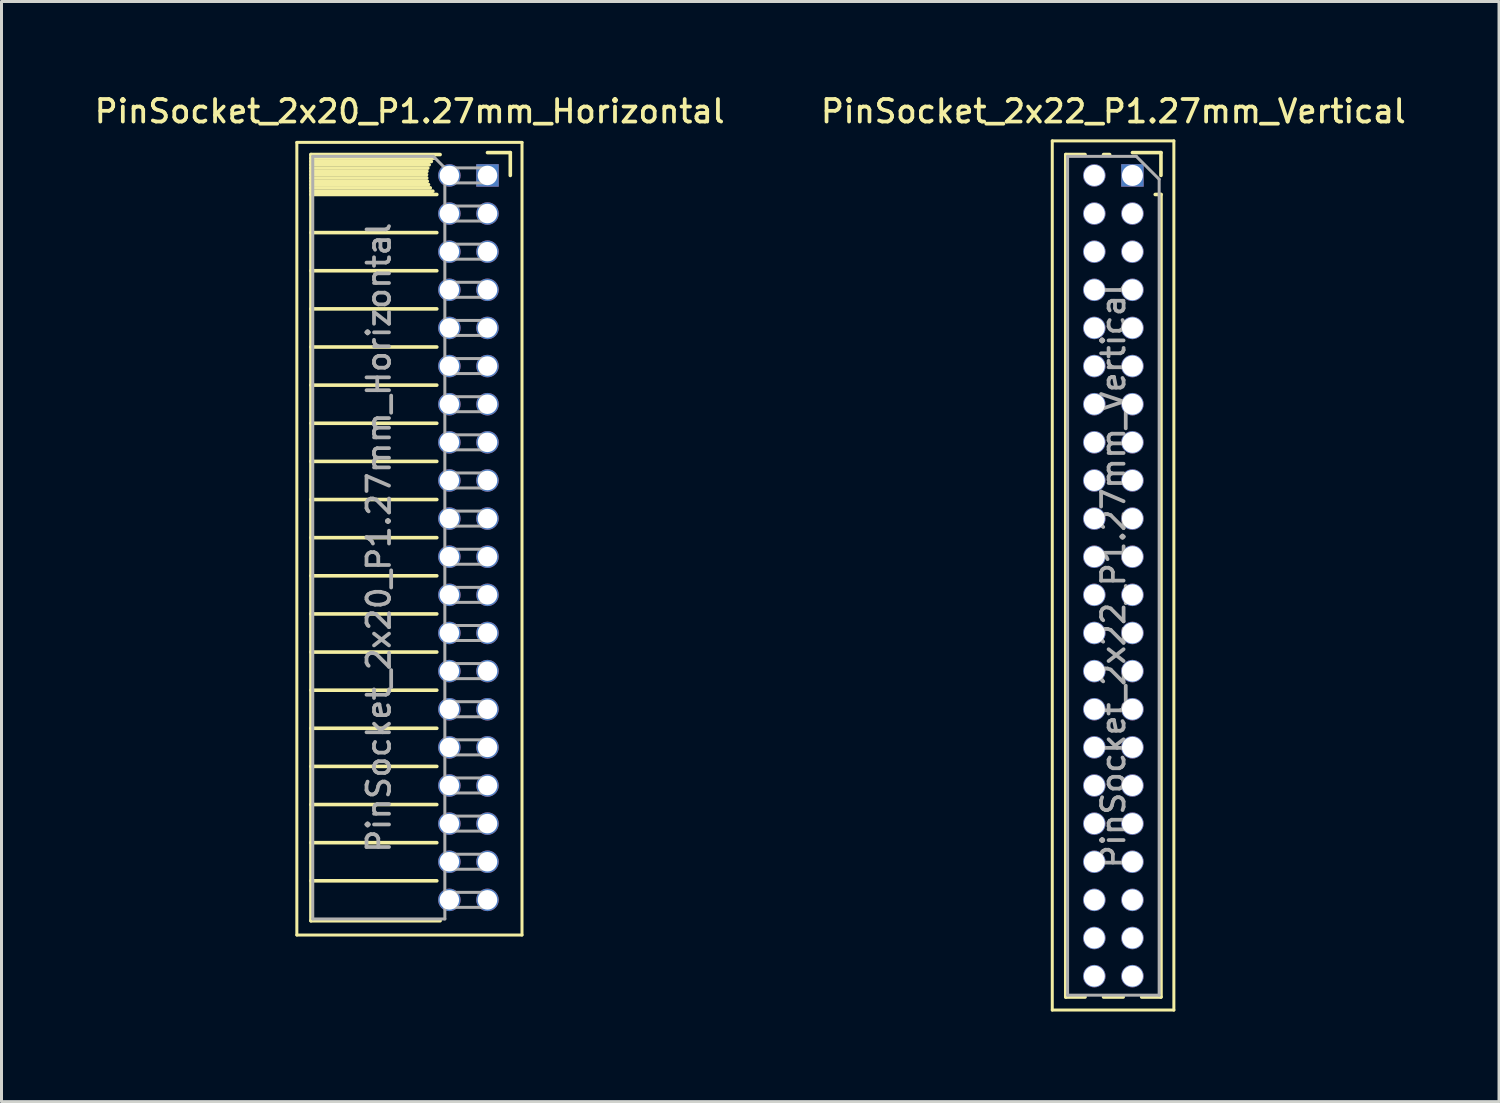
<source format=kicad_pcb>
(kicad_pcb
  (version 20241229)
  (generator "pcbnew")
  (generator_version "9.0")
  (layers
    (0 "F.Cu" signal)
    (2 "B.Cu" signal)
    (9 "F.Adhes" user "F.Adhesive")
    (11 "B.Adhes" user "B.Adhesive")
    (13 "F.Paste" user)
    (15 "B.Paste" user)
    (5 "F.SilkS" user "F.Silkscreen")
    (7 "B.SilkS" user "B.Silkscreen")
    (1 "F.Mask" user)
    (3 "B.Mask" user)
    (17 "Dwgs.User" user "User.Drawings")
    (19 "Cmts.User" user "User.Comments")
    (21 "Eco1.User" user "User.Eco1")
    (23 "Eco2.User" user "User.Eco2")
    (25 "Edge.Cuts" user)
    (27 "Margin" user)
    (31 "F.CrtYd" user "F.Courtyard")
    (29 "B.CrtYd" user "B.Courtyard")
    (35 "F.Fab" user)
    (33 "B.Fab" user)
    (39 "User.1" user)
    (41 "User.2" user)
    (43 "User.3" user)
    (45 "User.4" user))
  (footprint "PinSocket_2x20_P1.27mm_Horizontal"
    (layer "F.Cu")
    (at 13.187 2.793)
    (property "Reference" "PinSocket_2x20_P1.27mm_Horizontal" (at -2.592 -2.135 0) (layer "F.SilkS") (effects (font (size 0.75 0.75) (thickness 0.125))))
    (attr through_hole)
    (fp_line (start -6.35 -1.1) (end -6.35 25.3) (stroke (width 0.1) (type solid)) (layer "F.SilkS"))
    (fp_line (start -6.35 25.3) (end 1.15 25.3) (stroke (width 0.1) (type solid)) (layer "F.SilkS"))
    (fp_line (start -5.88 -0.695) (end -5.88 24.825) (stroke (width 0.12) (type solid)) (layer "F.SilkS"))
    (fp_line (start -5.88 -0.695) (end -1.578 -0.695) (stroke (width 0.12) (type solid)) (layer "F.SilkS"))
    (fp_line (start -5.88 -0.575) (end -1.767 -0.575) (stroke (width 0.12) (type solid)) (layer "F.SilkS"))
    (fp_line (start -5.88 -0.465) (end -1.871 -0.465) (stroke (width 0.12) (type solid)) (layer "F.SilkS"))
    (fp_line (start -5.88 -0.355) (end -1.942 -0.355) (stroke (width 0.12) (type solid)) (layer "F.SilkS"))
    (fp_line (start -5.88 -0.245) (end -1.989 -0.245) (stroke (width 0.12) (type solid)) (layer "F.SilkS"))
    (fp_line (start -5.88 -0.135) (end -2.018 -0.135) (stroke (width 0.12) (type solid)) (layer "F.SilkS"))
    (fp_line (start -5.88 -0.025) (end -2.03 -0.025) (stroke (width 0.12) (type solid)) (layer "F.SilkS"))
    (fp_line (start -5.88 0.085) (end -2.025 0.085) (stroke (width 0.12) (type solid)) (layer "F.SilkS"))
    (fp_line (start -5.88 0.195) (end -2.005 0.195) (stroke (width 0.12) (type solid)) (layer "F.SilkS"))
    (fp_line (start -5.88 0.305) (end -1.966 0.305) (stroke (width 0.12) (type solid)) (layer "F.SilkS"))
    (fp_line (start -5.88 0.415) (end -1.907 0.415) (stroke (width 0.12) (type solid)) (layer "F.SilkS"))
    (fp_line (start -5.88 0.525) (end -1.82 0.525) (stroke (width 0.12) (type solid)) (layer "F.SilkS"))
    (fp_line (start -5.88 0.635) (end -1.688 0.635) (stroke (width 0.12) (type solid)) (layer "F.SilkS"))
    (fp_line (start -5.88 1.905) (end -1.688 1.905) (stroke (width 0.12) (type solid)) (layer "F.SilkS"))
    (fp_line (start -5.88 3.175) (end -1.688 3.175) (stroke (width 0.12) (type solid)) (layer "F.SilkS"))
    (fp_line (start -5.88 4.445) (end -1.688 4.445) (stroke (width 0.12) (type solid)) (layer "F.SilkS"))
    (fp_line (start -5.88 5.715) (end -1.688 5.715) (stroke (width 0.12) (type solid)) (layer "F.SilkS"))
    (fp_line (start -5.88 6.985) (end -1.688 6.985) (stroke (width 0.12) (type solid)) (layer "F.SilkS"))
    (fp_line (start -5.88 8.255) (end -1.688 8.255) (stroke (width 0.12) (type solid)) (layer "F.SilkS"))
    (fp_line (start -5.88 9.525) (end -1.688 9.525) (stroke (width 0.12) (type solid)) (layer "F.SilkS"))
    (fp_line (start -5.88 10.795) (end -1.688 10.795) (stroke (width 0.12) (type solid)) (layer "F.SilkS"))
    (fp_line (start -5.88 12.065) (end -1.688 12.065) (stroke (width 0.12) (type solid)) (layer "F.SilkS"))
    (fp_line (start -5.88 13.335) (end -1.688 13.335) (stroke (width 0.12) (type solid)) (layer "F.SilkS"))
    (fp_line (start -5.88 14.605) (end -1.688 14.605) (stroke (width 0.12) (type solid)) (layer "F.SilkS"))
    (fp_line (start -5.88 15.875) (end -1.688 15.875) (stroke (width 0.12) (type solid)) (layer "F.SilkS"))
    (fp_line (start -5.88 17.145) (end -1.688 17.145) (stroke (width 0.12) (type solid)) (layer "F.SilkS"))
    (fp_line (start -5.88 18.415) (end -1.688 18.415) (stroke (width 0.12) (type solid)) (layer "F.SilkS"))
    (fp_line (start -5.88 19.685) (end -1.688 19.685) (stroke (width 0.12) (type solid)) (layer "F.SilkS"))
    (fp_line (start -5.88 20.955) (end -1.688 20.955) (stroke (width 0.12) (type solid)) (layer "F.SilkS"))
    (fp_line (start -5.88 22.225) (end -1.688 22.225) (stroke (width 0.12) (type solid)) (layer "F.SilkS"))
    (fp_line (start -5.88 23.495) (end -1.688 23.495) (stroke (width 0.12) (type solid)) (layer "F.SilkS"))
    (fp_line (start -5.88 24.825) (end -1.578 24.825) (stroke (width 0.12) (type solid)) (layer "F.SilkS"))
    (fp_line (start 0 -0.76) (end 0.76 -0.76) (stroke (width 0.12) (type solid)) (layer "F.SilkS"))
    (fp_line (start 0.76 -0.76) (end 0.76 0) (stroke (width 0.12) (type solid)) (layer "F.SilkS"))
    (fp_line (start 1.15 -1.1) (end -6.35 -1.1) (stroke (width 0.1) (type solid)) (layer "F.SilkS"))
    (fp_line (start 1.15 25.3) (end 1.15 -1.1) (stroke (width 0.1) (type solid)) (layer "F.SilkS"))
    (fp_line (start -5.82 -0.635) (end -1.805 -0.635) (stroke (width 0.1) (type solid)) (layer "F.Fab"))
    (fp_line (start -5.82 24.765) (end -5.82 -0.635) (stroke (width 0.1) (type solid)) (layer "F.Fab"))
    (fp_line (start -1.805 -0.635) (end -1.42 -0.25) (stroke (width 0.1) (type solid)) (layer "F.Fab"))
    (fp_line (start -1.42 -0.25) (end -1.42 24.765) (stroke (width 0.1) (type solid)) (layer "F.Fab"))
    (fp_line (start -1.42 0.25) (end 0 0.25) (stroke (width 0.1) (type solid)) (layer "F.Fab"))
    (fp_line (start -1.42 1.52) (end 0 1.52) (stroke (width 0.1) (type solid)) (layer "F.Fab"))
    (fp_line (start -1.42 2.79) (end 0 2.79) (stroke (width 0.1) (type solid)) (layer "F.Fab"))
    (fp_line (start -1.42 4.06) (end 0 4.06) (stroke (width 0.1) (type solid)) (layer "F.Fab"))
    (fp_line (start -1.42 5.33) (end 0 5.33) (stroke (width 0.1) (type solid)) (layer "F.Fab"))
    (fp_line (start -1.42 6.6) (end 0 6.6) (stroke (width 0.1) (type solid)) (layer "F.Fab"))
    (fp_line (start -1.42 7.87) (end 0 7.87) (stroke (width 0.1) (type solid)) (layer "F.Fab"))
    (fp_line (start -1.42 9.14) (end 0 9.14) (stroke (width 0.1) (type solid)) (layer "F.Fab"))
    (fp_line (start -1.42 10.41) (end 0 10.41) (stroke (width 0.1) (type solid)) (layer "F.Fab"))
    (fp_line (start -1.42 11.68) (end 0 11.68) (stroke (width 0.1) (type solid)) (layer "F.Fab"))
    (fp_line (start -1.42 12.95) (end 0 12.95) (stroke (width 0.1) (type solid)) (layer "F.Fab"))
    (fp_line (start -1.42 14.22) (end 0 14.22) (stroke (width 0.1) (type solid)) (layer "F.Fab"))
    (fp_line (start -1.42 15.49) (end 0 15.49) (stroke (width 0.1) (type solid)) (layer "F.Fab"))
    (fp_line (start -1.42 16.76) (end 0 16.76) (stroke (width 0.1) (type solid)) (layer "F.Fab"))
    (fp_line (start -1.42 18.03) (end 0 18.03) (stroke (width 0.1) (type solid)) (layer "F.Fab"))
    (fp_line (start -1.42 19.3) (end 0 19.3) (stroke (width 0.1) (type solid)) (layer "F.Fab"))
    (fp_line (start -1.42 20.57) (end 0 20.57) (stroke (width 0.1) (type solid)) (layer "F.Fab"))
    (fp_line (start -1.42 21.84) (end 0 21.84) (stroke (width 0.1) (type solid)) (layer "F.Fab"))
    (fp_line (start -1.42 23.11) (end 0 23.11) (stroke (width 0.1) (type solid)) (layer "F.Fab"))
    (fp_line (start -1.42 24.38) (end 0 24.38) (stroke (width 0.1) (type solid)) (layer "F.Fab"))
    (fp_line (start -1.42 24.765) (end -5.82 24.765) (stroke (width 0.1) (type solid)) (layer "F.Fab"))
    (fp_line (start 0 -0.25) (end -1.42 -0.25) (stroke (width 0.1) (type solid)) (layer "F.Fab"))
    (fp_line (start 0 0.25) (end 0 -0.25) (stroke (width 0.1) (type solid)) (layer "F.Fab"))
    (fp_line (start 0 1.02) (end -1.42 1.02) (stroke (width 0.1) (type solid)) (layer "F.Fab"))
    (fp_line (start 0 1.52) (end 0 1.02) (stroke (width 0.1) (type solid)) (layer "F.Fab"))
    (fp_line (start 0 2.29) (end -1.42 2.29) (stroke (width 0.1) (type solid)) (layer "F.Fab"))
    (fp_line (start 0 2.79) (end 0 2.29) (stroke (width 0.1) (type solid)) (layer "F.Fab"))
    (fp_line (start 0 3.56) (end -1.42 3.56) (stroke (width 0.1) (type solid)) (layer "F.Fab"))
    (fp_line (start 0 4.06) (end 0 3.56) (stroke (width 0.1) (type solid)) (layer "F.Fab"))
    (fp_line (start 0 4.83) (end -1.42 4.83) (stroke (width 0.1) (type solid)) (layer "F.Fab"))
    (fp_line (start 0 5.33) (end 0 4.83) (stroke (width 0.1) (type solid)) (layer "F.Fab"))
    (fp_line (start 0 6.1) (end -1.42 6.1) (stroke (width 0.1) (type solid)) (layer "F.Fab"))
    (fp_line (start 0 6.6) (end 0 6.1) (stroke (width 0.1) (type solid)) (layer "F.Fab"))
    (fp_line (start 0 7.37) (end -1.42 7.37) (stroke (width 0.1) (type solid)) (layer "F.Fab"))
    (fp_line (start 0 7.87) (end 0 7.37) (stroke (width 0.1) (type solid)) (layer "F.Fab"))
    (fp_line (start 0 8.64) (end -1.42 8.64) (stroke (width 0.1) (type solid)) (layer "F.Fab"))
    (fp_line (start 0 9.14) (end 0 8.64) (stroke (width 0.1) (type solid)) (layer "F.Fab"))
    (fp_line (start 0 9.91) (end -1.42 9.91) (stroke (width 0.1) (type solid)) (layer "F.Fab"))
    (fp_line (start 0 10.41) (end 0 9.91) (stroke (width 0.1) (type solid)) (layer "F.Fab"))
    (fp_line (start 0 11.18) (end -1.42 11.18) (stroke (width 0.1) (type solid)) (layer "F.Fab"))
    (fp_line (start 0 11.68) (end 0 11.18) (stroke (width 0.1) (type solid)) (layer "F.Fab"))
    (fp_line (start 0 12.45) (end -1.42 12.45) (stroke (width 0.1) (type solid)) (layer "F.Fab"))
    (fp_line (start 0 12.95) (end 0 12.45) (stroke (width 0.1) (type solid)) (layer "F.Fab"))
    (fp_line (start 0 13.72) (end -1.42 13.72) (stroke (width 0.1) (type solid)) (layer "F.Fab"))
    (fp_line (start 0 14.22) (end 0 13.72) (stroke (width 0.1) (type solid)) (layer "F.Fab"))
    (fp_line (start 0 14.99) (end -1.42 14.99) (stroke (width 0.1) (type solid)) (layer "F.Fab"))
    (fp_line (start 0 15.49) (end 0 14.99) (stroke (width 0.1) (type solid)) (layer "F.Fab"))
    (fp_line (start 0 16.26) (end -1.42 16.26) (stroke (width 0.1) (type solid)) (layer "F.Fab"))
    (fp_line (start 0 16.76) (end 0 16.26) (stroke (width 0.1) (type solid)) (layer "F.Fab"))
    (fp_line (start 0 17.53) (end -1.42 17.53) (stroke (width 0.1) (type solid)) (layer "F.Fab"))
    (fp_line (start 0 18.03) (end 0 17.53) (stroke (width 0.1) (type solid)) (layer "F.Fab"))
    (fp_line (start 0 18.8) (end -1.42 18.8) (stroke (width 0.1) (type solid)) (layer "F.Fab"))
    (fp_line (start 0 19.3) (end 0 18.8) (stroke (width 0.1) (type solid)) (layer "F.Fab"))
    (fp_line (start 0 20.07) (end -1.42 20.07) (stroke (width 0.1) (type solid)) (layer "F.Fab"))
    (fp_line (start 0 20.57) (end 0 20.07) (stroke (width 0.1) (type solid)) (layer "F.Fab"))
    (fp_line (start 0 21.34) (end -1.42 21.34) (stroke (width 0.1) (type solid)) (layer "F.Fab"))
    (fp_line (start 0 21.84) (end 0 21.34) (stroke (width 0.1) (type solid)) (layer "F.Fab"))
    (fp_line (start 0 22.61) (end -1.42 22.61) (stroke (width 0.1) (type solid)) (layer "F.Fab"))
    (fp_line (start 0 23.11) (end 0 22.61) (stroke (width 0.1) (type solid)) (layer "F.Fab"))
    (fp_line (start 0 23.88) (end -1.42 23.88) (stroke (width 0.1) (type solid)) (layer "F.Fab"))
    (fp_line (start 0 24.38) (end 0 23.88) (stroke (width 0.1) (type solid)) (layer "F.Fab"))
    (fp_text user "${REFERENCE}" (at -3.62 12.065 90) (layer "F.Fab") (effects (font (size 0.75 0.75) (thickness 0.125))))
    (pad "1" thru_hole rect (at 0 0) (size 0.75 0.75) (drill 0.65) (layers "*.Cu" "*.Mask"))
    (pad "2" thru_hole oval (at -1.27 0) (size 0.75 0.75) (drill 0.65) (layers "*.Cu" "*.Mask"))
    (pad "3" thru_hole oval (at 0 1.27) (size 0.75 0.75) (drill 0.65) (layers "*.Cu" "*.Mask"))
    (pad "4" thru_hole oval (at -1.27 1.27) (size 0.75 0.75) (drill 0.65) (layers "*.Cu" "*.Mask"))
    (pad "5" thru_hole oval (at 0 2.54) (size 0.75 0.75) (drill 0.65) (layers "*.Cu" "*.Mask"))
    (pad "6" thru_hole oval (at -1.27 2.54) (size 0.75 0.75) (drill 0.65) (layers "*.Cu" "*.Mask"))
    (pad "7" thru_hole oval (at 0 3.81) (size 0.75 0.75) (drill 0.65) (layers "*.Cu" "*.Mask"))
    (pad "8" thru_hole oval (at -1.27 3.81) (size 0.75 0.75) (drill 0.65) (layers "*.Cu" "*.Mask"))
    (pad "9" thru_hole oval (at 0 5.08) (size 0.75 0.75) (drill 0.65) (layers "*.Cu" "*.Mask"))
    (pad "10" thru_hole oval (at -1.27 5.08) (size 0.75 0.75) (drill 0.65) (layers "*.Cu" "*.Mask"))
    (pad "11" thru_hole oval (at 0 6.35) (size 0.75 0.75) (drill 0.65) (layers "*.Cu" "*.Mask"))
    (pad "12" thru_hole oval (at -1.27 6.35) (size 0.75 0.75) (drill 0.65) (layers "*.Cu" "*.Mask"))
    (pad "13" thru_hole oval (at 0 7.62) (size 0.75 0.75) (drill 0.65) (layers "*.Cu" "*.Mask"))
    (pad "14" thru_hole oval (at -1.27 7.62) (size 0.75 0.75) (drill 0.65) (layers "*.Cu" "*.Mask"))
    (pad "15" thru_hole oval (at 0 8.89) (size 0.75 0.75) (drill 0.65) (layers "*.Cu" "*.Mask"))
    (pad "16" thru_hole oval (at -1.27 8.89) (size 0.75 0.75) (drill 0.65) (layers "*.Cu" "*.Mask"))
    (pad "17" thru_hole oval (at 0 10.16) (size 0.75 0.75) (drill 0.65) (layers "*.Cu" "*.Mask"))
    (pad "18" thru_hole oval (at -1.27 10.16) (size 0.75 0.75) (drill 0.65) (layers "*.Cu" "*.Mask"))
    (pad "19" thru_hole oval (at 0 11.43) (size 0.75 0.75) (drill 0.65) (layers "*.Cu" "*.Mask"))
    (pad "20" thru_hole oval (at -1.27 11.43) (size 0.75 0.75) (drill 0.65) (layers "*.Cu" "*.Mask"))
    (pad "21" thru_hole oval (at 0 12.7) (size 0.75 0.75) (drill 0.65) (layers "*.Cu" "*.Mask"))
    (pad "22" thru_hole oval (at -1.27 12.7) (size 0.75 0.75) (drill 0.65) (layers "*.Cu" "*.Mask"))
    (pad "23" thru_hole oval (at 0 13.97) (size 0.75 0.75) (drill 0.65) (layers "*.Cu" "*.Mask"))
    (pad "24" thru_hole oval (at -1.27 13.97) (size 0.75 0.75) (drill 0.65) (layers "*.Cu" "*.Mask"))
    (pad "25" thru_hole oval (at 0 15.24) (size 0.75 0.75) (drill 0.65) (layers "*.Cu" "*.Mask"))
    (pad "26" thru_hole oval (at -1.27 15.24) (size 0.75 0.75) (drill 0.65) (layers "*.Cu" "*.Mask"))
    (pad "27" thru_hole oval (at 0 16.51) (size 0.75 0.75) (drill 0.65) (layers "*.Cu" "*.Mask"))
    (pad "28" thru_hole oval (at -1.27 16.51) (size 0.75 0.75) (drill 0.65) (layers "*.Cu" "*.Mask"))
    (pad "29" thru_hole oval (at 0 17.78) (size 0.75 0.75) (drill 0.65) (layers "*.Cu" "*.Mask"))
    (pad "30" thru_hole oval (at -1.27 17.78) (size 0.75 0.75) (drill 0.65) (layers "*.Cu" "*.Mask"))
    (pad "31" thru_hole oval (at 0 19.05) (size 0.75 0.75) (drill 0.65) (layers "*.Cu" "*.Mask"))
    (pad "32" thru_hole oval (at -1.27 19.05) (size 0.75 0.75) (drill 0.65) (layers "*.Cu" "*.Mask"))
    (pad "33" thru_hole oval (at 0 20.32) (size 0.75 0.75) (drill 0.65) (layers "*.Cu" "*.Mask"))
    (pad "34" thru_hole oval (at -1.27 20.32) (size 0.75 0.75) (drill 0.65) (layers "*.Cu" "*.Mask"))
    (pad "35" thru_hole oval (at 0 21.59) (size 0.75 0.75) (drill 0.65) (layers "*.Cu" "*.Mask"))
    (pad "36" thru_hole oval (at -1.27 21.59) (size 0.75 0.75) (drill 0.65) (layers "*.Cu" "*.Mask"))
    (pad "37" thru_hole oval (at 0 22.86) (size 0.75 0.75) (drill 0.65) (layers "*.Cu" "*.Mask"))
    (pad "38" thru_hole oval (at -1.27 22.86) (size 0.75 0.75) (drill 0.65) (layers "*.Cu" "*.Mask"))
    (pad "39" thru_hole oval (at 0 24.13) (size 0.75 0.75) (drill 0.65) (layers "*.Cu" "*.Mask"))
    (pad "40" thru_hole oval (at -1.27 24.13) (size 0.75 0.75) (drill 0.65) (layers "*.Cu" "*.Mask")))
  (footprint "PinSocket_2x22_P1.27mm_Vertical"
    (layer "F.Cu")
    (at 34.669 2.793)
    (property "Reference" "PinSocket_2x22_P1.27mm_Vertical" (at -0.635 -2.135 0) (layer "F.SilkS") (effects (font (size 0.75 0.75) (thickness 0.125))))
    (attr through_hole)
    (fp_line (start -2.67 -1.15) (end 1.38 -1.15) (stroke (width 0.1) (type solid)) (layer "F.SilkS"))
    (fp_line (start -2.67 27.8) (end -2.67 -1.15) (stroke (width 0.1) (type solid)) (layer "F.SilkS"))
    (fp_line (start -2.22 -0.695) (end -2.22 27.365) (stroke (width 0.12) (type solid)) (layer "F.SilkS"))
    (fp_line (start -2.22 -0.695) (end -1.578 -0.695) (stroke (width 0.12) (type solid)) (layer "F.SilkS"))
    (fp_line (start -2.22 27.365) (end -1.578 27.365) (stroke (width 0.12) (type solid)) (layer "F.SilkS"))
    (fp_line (start -0.962 -0.695) (end -0.76 -0.695) (stroke (width 0.12) (type solid)) (layer "F.SilkS"))
    (fp_line (start -0.962 27.365) (end -0.308 27.365) (stroke (width 0.12) (type solid)) (layer "F.SilkS"))
    (fp_line (start 0 -0.76) (end 0.95 -0.76) (stroke (width 0.12) (type solid)) (layer "F.SilkS"))
    (fp_line (start 0.308 27.365) (end 0.95 27.365) (stroke (width 0.12) (type solid)) (layer "F.SilkS"))
    (fp_line (start 0.76 0.635) (end 0.95 0.635) (stroke (width 0.12) (type solid)) (layer "F.SilkS"))
    (fp_line (start 0.95 -0.76) (end 0.95 0) (stroke (width 0.12) (type solid)) (layer "F.SilkS"))
    (fp_line (start 0.95 0.635) (end 0.95 27.365) (stroke (width 0.12) (type solid)) (layer "F.SilkS"))
    (fp_line (start 1.38 -1.15) (end 1.38 27.8) (stroke (width 0.1) (type solid)) (layer "F.SilkS"))
    (fp_line (start 1.38 27.8) (end -2.67 27.8) (stroke (width 0.1) (type solid)) (layer "F.SilkS"))
    (fp_line (start -2.16 -0.635) (end 0.128 -0.635) (stroke (width 0.1) (type solid)) (layer "F.Fab"))
    (fp_line (start -2.16 27.305) (end -2.16 -0.635) (stroke (width 0.1) (type solid)) (layer "F.Fab"))
    (fp_line (start 0.128 -0.635) (end 0.89 0.128) (stroke (width 0.1) (type solid)) (layer "F.Fab"))
    (fp_line (start 0.89 0.128) (end 0.89 27.305) (stroke (width 0.1) (type solid)) (layer "F.Fab"))
    (fp_line (start 0.89 27.305) (end -2.16 27.305) (stroke (width 0.1) (type solid)) (layer "F.Fab"))
    (fp_text user "${REFERENCE}" (at -0.635 13.335 90) (layer "F.Fab") (effects (font (size 0.75 0.75) (thickness 0.125))))
    (pad "1" thru_hole rect (at 0 0) (size 0.75 0.75) (drill 0.7) (layers "*.Cu" "*.Mask"))
    (pad "2" thru_hole oval (at -1.27 0) (size 0.75 0.75) (drill 0.7) (layers "*.Cu" "*.Mask"))
    (pad "3" thru_hole oval (at 0 1.27) (size 0.75 0.75) (drill 0.7) (layers "*.Cu" "*.Mask"))
    (pad "4" thru_hole oval (at -1.27 1.27) (size 0.75 0.75) (drill 0.7) (layers "*.Cu" "*.Mask"))
    (pad "5" thru_hole oval (at 0 2.54) (size 0.75 0.75) (drill 0.7) (layers "*.Cu" "*.Mask"))
    (pad "6" thru_hole oval (at -1.27 2.54) (size 0.75 0.75) (drill 0.7) (layers "*.Cu" "*.Mask"))
    (pad "7" thru_hole oval (at 0 3.81) (size 0.75 0.75) (drill 0.7) (layers "*.Cu" "*.Mask"))
    (pad "8" thru_hole oval (at -1.27 3.81) (size 0.75 0.75) (drill 0.7) (layers "*.Cu" "*.Mask"))
    (pad "9" thru_hole oval (at 0 5.08) (size 0.75 0.75) (drill 0.7) (layers "*.Cu" "*.Mask"))
    (pad "10" thru_hole oval (at -1.27 5.08) (size 0.75 0.75) (drill 0.7) (layers "*.Cu" "*.Mask"))
    (pad "11" thru_hole oval (at 0 6.35) (size 0.75 0.75) (drill 0.7) (layers "*.Cu" "*.Mask"))
    (pad "12" thru_hole oval (at -1.27 6.35) (size 0.75 0.75) (drill 0.7) (layers "*.Cu" "*.Mask"))
    (pad "13" thru_hole oval (at 0 7.62) (size 0.75 0.75) (drill 0.7) (layers "*.Cu" "*.Mask"))
    (pad "14" thru_hole oval (at -1.27 7.62) (size 0.75 0.75) (drill 0.7) (layers "*.Cu" "*.Mask"))
    (pad "15" thru_hole oval (at 0 8.89) (size 0.75 0.75) (drill 0.7) (layers "*.Cu" "*.Mask"))
    (pad "16" thru_hole oval (at -1.27 8.89) (size 0.75 0.75) (drill 0.7) (layers "*.Cu" "*.Mask"))
    (pad "17" thru_hole oval (at 0 10.16) (size 0.75 0.75) (drill 0.7) (layers "*.Cu" "*.Mask"))
    (pad "18" thru_hole oval (at -1.27 10.16) (size 0.75 0.75) (drill 0.7) (layers "*.Cu" "*.Mask"))
    (pad "19" thru_hole oval (at 0 11.43) (size 0.75 0.75) (drill 0.7) (layers "*.Cu" "*.Mask"))
    (pad "20" thru_hole oval (at -1.27 11.43) (size 0.75 0.75) (drill 0.7) (layers "*.Cu" "*.Mask"))
    (pad "21" thru_hole oval (at 0 12.7) (size 0.75 0.75) (drill 0.7) (layers "*.Cu" "*.Mask"))
    (pad "22" thru_hole oval (at -1.27 12.7) (size 0.75 0.75) (drill 0.7) (layers "*.Cu" "*.Mask"))
    (pad "23" thru_hole oval (at 0 13.97) (size 0.75 0.75) (drill 0.7) (layers "*.Cu" "*.Mask"))
    (pad "24" thru_hole oval (at -1.27 13.97) (size 0.75 0.75) (drill 0.7) (layers "*.Cu" "*.Mask"))
    (pad "25" thru_hole oval (at 0 15.24) (size 0.75 0.75) (drill 0.7) (layers "*.Cu" "*.Mask"))
    (pad "26" thru_hole oval (at -1.27 15.24) (size 0.75 0.75) (drill 0.7) (layers "*.Cu" "*.Mask"))
    (pad "27" thru_hole oval (at 0 16.51) (size 0.75 0.75) (drill 0.7) (layers "*.Cu" "*.Mask"))
    (pad "28" thru_hole oval (at -1.27 16.51) (size 0.75 0.75) (drill 0.7) (layers "*.Cu" "*.Mask"))
    (pad "29" thru_hole oval (at 0 17.78) (size 0.75 0.75) (drill 0.7) (layers "*.Cu" "*.Mask"))
    (pad "30" thru_hole oval (at -1.27 17.78) (size 0.75 0.75) (drill 0.7) (layers "*.Cu" "*.Mask"))
    (pad "31" thru_hole oval (at 0 19.05) (size 0.75 0.75) (drill 0.7) (layers "*.Cu" "*.Mask"))
    (pad "32" thru_hole oval (at -1.27 19.05) (size 0.75 0.75) (drill 0.7) (layers "*.Cu" "*.Mask"))
    (pad "33" thru_hole oval (at 0 20.32) (size 0.75 0.75) (drill 0.7) (layers "*.Cu" "*.Mask"))
    (pad "34" thru_hole oval (at -1.27 20.32) (size 0.75 0.75) (drill 0.7) (layers "*.Cu" "*.Mask"))
    (pad "35" thru_hole oval (at 0 21.59) (size 0.75 0.75) (drill 0.7) (layers "*.Cu" "*.Mask"))
    (pad "36" thru_hole oval (at -1.27 21.59) (size 0.75 0.75) (drill 0.7) (layers "*.Cu" "*.Mask"))
    (pad "37" thru_hole oval (at 0 22.86) (size 0.75 0.75) (drill 0.7) (layers "*.Cu" "*.Mask"))
    (pad "38" thru_hole oval (at -1.27 22.86) (size 0.75 0.75) (drill 0.7) (layers "*.Cu" "*.Mask"))
    (pad "39" thru_hole oval (at 0 24.13) (size 0.75 0.75) (drill 0.7) (layers "*.Cu" "*.Mask"))
    (pad "40" thru_hole oval (at -1.27 24.13) (size 0.75 0.75) (drill 0.7) (layers "*.Cu" "*.Mask"))
    (pad "41" thru_hole oval (at 0 25.4) (size 0.75 0.75) (drill 0.7) (layers "*.Cu" "*.Mask"))
    (pad "42" thru_hole oval (at -1.27 25.4) (size 0.75 0.75) (drill 0.7) (layers "*.Cu" "*.Mask"))
    (pad "43" thru_hole oval (at 0 26.67) (size 0.75 0.75) (drill 0.7) (layers "*.Cu" "*.Mask"))
    (pad "44" thru_hole oval (at -1.27 26.67) (size 0.75 0.75) (drill 0.7) (layers "*.Cu" "*.Mask")))
  (gr_rect
    (start -3 -3)
    (end 46.879 33.643)
    (stroke (width 0.1) (type default))
    (fill no)
    (layer "Edge.Cuts")))
</source>
